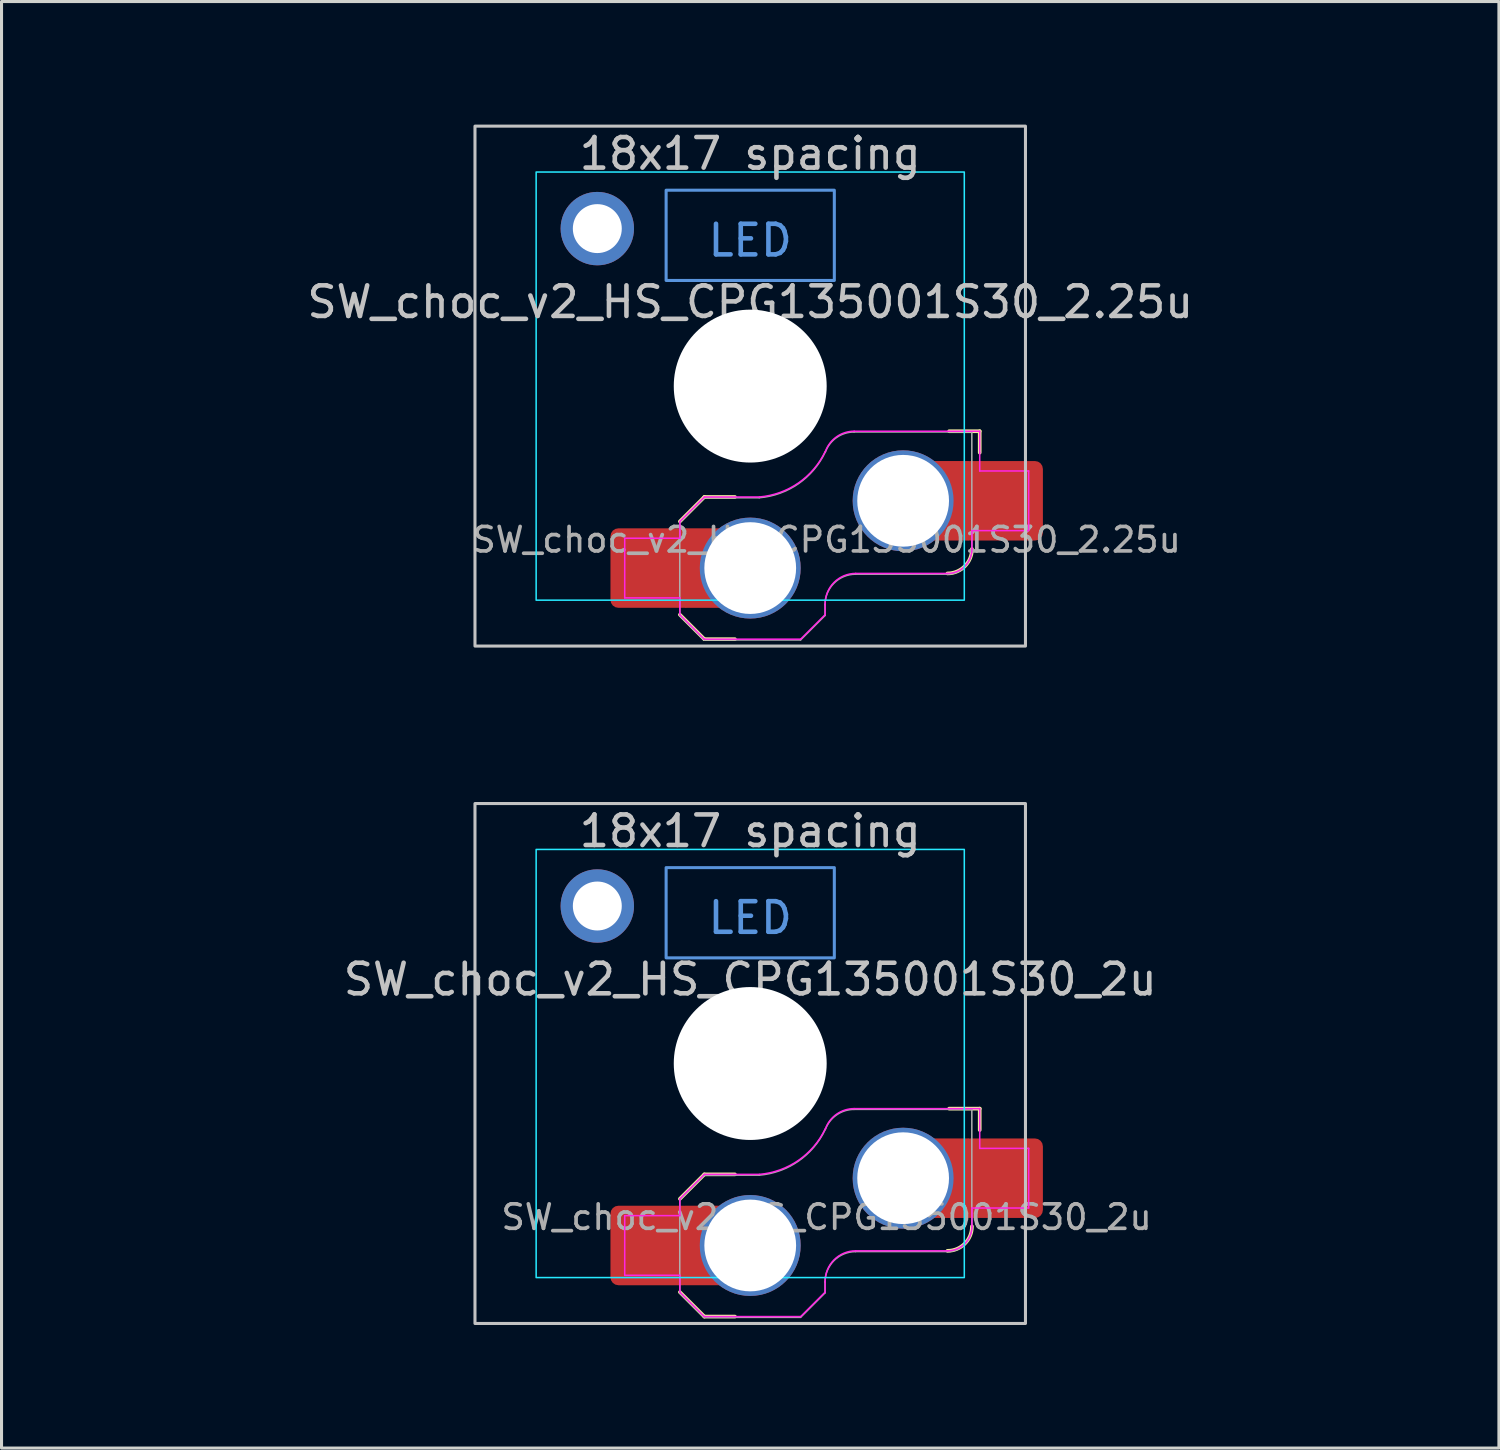
<source format=kicad_pcb>
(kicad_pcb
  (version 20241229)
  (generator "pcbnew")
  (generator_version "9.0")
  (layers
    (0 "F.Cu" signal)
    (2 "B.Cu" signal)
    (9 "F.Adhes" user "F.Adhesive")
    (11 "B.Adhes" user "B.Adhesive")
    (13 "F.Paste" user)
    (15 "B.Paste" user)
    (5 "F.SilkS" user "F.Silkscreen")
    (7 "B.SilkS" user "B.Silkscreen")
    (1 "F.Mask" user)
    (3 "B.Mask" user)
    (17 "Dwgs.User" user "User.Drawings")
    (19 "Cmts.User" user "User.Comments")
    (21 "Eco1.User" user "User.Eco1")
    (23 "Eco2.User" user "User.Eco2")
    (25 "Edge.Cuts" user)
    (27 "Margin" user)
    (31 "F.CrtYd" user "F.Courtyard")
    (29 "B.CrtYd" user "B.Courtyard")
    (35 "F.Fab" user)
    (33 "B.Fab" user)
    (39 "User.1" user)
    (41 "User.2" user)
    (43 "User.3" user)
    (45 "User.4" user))
  (footprint "SW_choc_v2_HS_CPG135001S30_2u"
    (layer "F.Cu")
    (at 21.481 31.725)
    (property "Reference" "SW_choc_v2_HS_CPG135001S30_2u" (at 0 -2.75 180) (layer "Dwgs.User") (effects (font (size 1 1) (thickness 0.15))))
    (attr smd)
    (fp_line (start -2.3 7.475) (end -1.5 8.275) (stroke (width 0.12) (type solid)) (layer "F.SilkS"))
    (fp_line (start -1.5 3.625) (end -2.3 4.425) (stroke (width 0.12) (type solid)) (layer "F.SilkS"))
    (fp_line (start -1.5 3.625) (end -0.5 3.625) (stroke (width 0.12) (type solid)) (layer "F.SilkS"))
    (fp_line (start -1.5 8.275) (end -0.5 8.275) (stroke (width 0.12) (type solid)) (layer "F.SilkS"))
    (fp_line (start 7.504 1.475) (end 6.504 1.475) (stroke (width 0.12) (type solid)) (layer "F.SilkS"))
    (fp_line (start 7.504 1.475) (end 7.504 2.175) (stroke (width 0.12) (type solid)) (layer "F.SilkS"))
    (fp_arc (start 7.25 5.325) (mid 7.015685 5.890685) (end 6.45 6.125) (stroke (width 0.12) (type solid)) (layer "F.SilkS"))
    (fp_rect (start -9 -8.5) (end 9 8.5) (stroke (width 0.1) (type default)) (fill no) (layer "Dwgs.User"))
    (fp_rect (start -2.75 -6.405) (end 2.75 -3.455) (stroke (width 0.1) (type default)) (fill no) (layer "Cmts.User"))
    (fp_rect (start -21.431 -9.525) (end 21.431 9.525) (stroke (width 0.1) (type default)) (fill no) (layer "Eco1.User"))
    (fp_line (start -6.95 6.45) (end -6.95 -6.45) (stroke (width 0.05) (type solid)) (layer "Eco2.User"))
    (fp_line (start -6.45 -6.95) (end 6.45 -6.95) (stroke (width 0.05) (type solid)) (layer "Eco2.User"))
    (fp_line (start 6.45 6.95) (end -6.45 6.95) (stroke (width 0.05) (type solid)) (layer "Eco2.User"))
    (fp_line (start 6.95 -6.45) (end 6.95 6.45) (stroke (width 0.05) (type solid)) (layer "Eco2.User"))
    (fp_arc (start -6.95 -6.45) (mid -6.803553 -6.803553) (end -6.45 -6.95) (stroke (width 0.05) (type solid)) (layer "Eco2.User"))
    (fp_arc (start -6.45 6.95) (mid -6.803553 6.803553) (end -6.95 6.45) (stroke (width 0.05) (type solid)) (layer "Eco2.User"))
    (fp_arc (start 6.45 -6.95) (mid 6.803553 -6.803553) (end 6.95 -6.45) (stroke (width 0.05) (type solid)) (layer "Eco2.User"))
    (fp_arc (start 6.95 6.45) (mid 6.803553 6.803553) (end 6.45 6.95) (stroke (width 0.05) (type solid)) (layer "Eco2.User"))
    (fp_arc (start 6.95 6.45) (mid 6.803553 6.803553) (end 6.45 6.95) (stroke (width 0.05) (type solid)) (layer "Eco2.User"))
    (fp_rect (start -7 -7) (end 7 7) (stroke (width 0.05) (type default)) (fill no) (layer "B.CrtYd"))
    (fp_line (start -4.104 4.975) (end -4.104 6.925) (stroke (width 0.05) (type solid)) (layer "F.CrtYd"))
    (fp_line (start -4.104 4.975) (end -2.3 4.975) (stroke (width 0.05) (type solid)) (layer "F.CrtYd"))
    (fp_line (start -4.104 6.925) (end -2.3 6.925) (stroke (width 0.05) (type solid)) (layer "F.CrtYd"))
    (fp_line (start -2.3 4.975) (end -2.3 4.425) (stroke (width 0.05) (type solid)) (layer "F.CrtYd"))
    (fp_line (start -2.3 7.475) (end -2.3 6.925) (stroke (width 0.05) (type solid)) (layer "F.CrtYd"))
    (fp_line (start -2.3 7.475) (end -1.5 8.275) (stroke (width 0.05) (type solid)) (layer "F.CrtYd"))
    (fp_line (start -1.5 3.625) (end -2.3 4.425) (stroke (width 0.05) (type solid)) (layer "F.CrtYd"))
    (fp_line (start -1.5 3.625) (end 0.3 3.625) (stroke (width 0.05) (type solid)) (layer "F.CrtYd"))
    (fp_line (start -1.5 8.275) (end 1.65 8.275) (stroke (width 0.05) (type solid)) (layer "F.CrtYd"))
    (fp_line (start 2.45 7.475) (end 1.65 8.275) (stroke (width 0.05) (type solid)) (layer "F.CrtYd"))
    (fp_line (start 2.45 7.475) (end 2.45 7.125) (stroke (width 0.05) (type solid)) (layer "F.CrtYd"))
    (fp_line (start 3.45 6.125) (end 6.45 6.125) (stroke (width 0.05) (type solid)) (layer "F.CrtYd"))
    (fp_line (start 7.25 4.725) (end 9.104 4.725) (stroke (width 0.05) (type solid)) (layer "F.CrtYd"))
    (fp_line (start 7.25 5.325) (end 7.25 4.725) (stroke (width 0.05) (type solid)) (layer "F.CrtYd"))
    (fp_line (start 7.504 1.475) (end 3.4 1.475) (stroke (width 0.05) (type solid)) (layer "F.CrtYd"))
    (fp_line (start 7.504 1.475) (end 7.504 2.175) (stroke (width 0.05) (type solid)) (layer "F.CrtYd"))
    (fp_line (start 7.504 2.175) (end 7.504 2.775) (stroke (width 0.05) (type solid)) (layer "F.CrtYd"))
    (fp_line (start 9.104 2.775) (end 7.504 2.775) (stroke (width 0.05) (type solid)) (layer "F.CrtYd"))
    (fp_line (start 9.104 4.725) (end 9.104 2.775) (stroke (width 0.05) (type solid)) (layer "F.CrtYd"))
    (fp_arc (start 2.45 7.125) (mid 2.742893 6.417893) (end 3.45 6.125) (stroke (width 0.05) (type solid)) (layer "F.CrtYd"))
    (fp_arc (start 2.455444 2.13293) (mid 1.577272 3.167235) (end 0.299999 3.624999) (stroke (width 0.05) (type solid)) (layer "F.CrtYd"))
    (fp_arc (start 2.460307 2.13298) (mid 2.826423 1.655848) (end 3.4 1.475) (stroke (width 0.05) (type solid)) (layer "F.CrtYd"))
    (fp_arc (start 7.25 5.325) (mid 7.015685 5.890685) (end 6.45 6.125) (stroke (width 0.05) (type solid)) (layer "F.CrtYd"))
    (fp_line (start -2.304 7.5) (end -2.304 4.45) (stroke (width 0.05) (type solid)) (layer "F.Fab"))
    (fp_line (start -2.304 7.5) (end -1.504 8.3) (stroke (width 0.05) (type solid)) (layer "F.Fab"))
    (fp_line (start -1.504 3.65) (end -2.304 4.45) (stroke (width 0.05) (type solid)) (layer "F.Fab"))
    (fp_line (start -1.504 3.65) (end 0.296 3.65) (stroke (width 0.05) (type solid)) (layer "F.Fab"))
    (fp_line (start -1.504 8.3) (end 1.646 8.3) (stroke (width 0.05) (type solid)) (layer "F.Fab"))
    (fp_line (start 2.446 7.5) (end 1.646 8.3) (stroke (width 0.05) (type solid)) (layer "F.Fab"))
    (fp_line (start 2.446 7.5) (end 2.446 7.15) (stroke (width 0.05) (type solid)) (layer "F.Fab"))
    (fp_line (start 3.446 6.15) (end 6.446 6.15) (stroke (width 0.05) (type solid)) (layer "F.Fab"))
    (fp_line (start 7.246 1.5) (end 3.396 1.5) (stroke (width 0.05) (type solid)) (layer "F.Fab"))
    (fp_line (start 7.246 5.35) (end 7.246 1.5) (stroke (width 0.05) (type solid)) (layer "F.Fab"))
    (fp_arc (start 2.446 7.15) (mid 2.738893 6.442893) (end 3.446 6.15) (stroke (width 0.05) (type solid)) (layer "F.Fab"))
    (fp_arc (start 2.451444 2.15793) (mid 1.573272 3.192235) (end 0.295999 3.649999) (stroke (width 0.05) (type solid)) (layer "F.Fab"))
    (fp_arc (start 2.456307 2.15798) (mid 2.822423 1.680848) (end 3.396 1.5) (stroke (width 0.05) (type solid)) (layer "F.Fab"))
    (fp_arc (start 7.246 5.35) (mid 7.011685 5.915685) (end 6.446 6.15) (stroke (width 0.05) (type solid)) (layer "F.Fab"))
    (fp_text user "18x17 spacing" (at 0 -7.6 180) (layer "Dwgs.User") (effects (font (size 1 1) (thickness 0.15))))
    (fp_text user "LED" (at 0 -4.763 0) (unlocked yes) (layer "Cmts.User") (effects (font (size 1 1) (thickness 0.15))))
    (fp_text user "19.05 spacing" (at 0 -8.7 180) (layer "Eco1.User") (effects (font (size 1 1) (thickness 0.15))))
    (fp_text user "${REFERENCE}" (at 2.496 5.025 0) (layer "F.Fab") (effects (font (size 0.8 0.8) (thickness 0.12))))
    (pad "" np_thru_hole circle (at 0 0 180) (size 5 5) (drill 5) (layers "*.Cu" "*.Mask"))
    (pad "1" thru_hole circle (at 5 3.75) (size 3.3 3.3) (drill 3) (layers "*.Cu" "F.Mask"))
    (pad "1" smd rect (at 6.55 3.75) (size 1.2 2.6) (layers "F.Cu"))
    (pad "1" smd roundrect (at 8.245 3.75) (size 2.65 2.6) (layers "F.Cu" "F.Mask" "F.Paste") (roundrect_rratio 0.1))
    (pad "2" smd roundrect (at -3.245 5.95) (size 2.65 2.6) (layers "F.Cu" "F.Mask" "F.Paste") (roundrect_rratio 0.1))
    (pad "2" smd rect (at -1.55 5.95 180) (size 1.2 2.6) (layers "F.Cu"))
    (pad "2" thru_hole circle (at 0 5.95) (size 3.3 3.3) (drill 3) (layers "*.Cu" "F.Mask"))
    (pad "MP" thru_hole circle (at -5 -5.15 180) (size 2.4 2.4) (drill 1.6) (layers "*.Cu" "F.Mask")))
  (footprint "SW_choc_v2_HS_CPG135001S30_2.25u"
    (layer "F.Cu")
    (at 21.481 9.575)
    (property "Reference" "SW_choc_v2_HS_CPG135001S30_2.25u" (at 0 -2.75 180) (layer "Dwgs.User") (effects (font (size 1 1) (thickness 0.15))))
    (attr smd)
    (fp_line (start -2.3 7.475) (end -1.5 8.275) (stroke (width 0.12) (type solid)) (layer "F.SilkS"))
    (fp_line (start -1.5 3.625) (end -2.3 4.425) (stroke (width 0.12) (type solid)) (layer "F.SilkS"))
    (fp_line (start -1.5 3.625) (end -0.5 3.625) (stroke (width 0.12) (type solid)) (layer "F.SilkS"))
    (fp_line (start -1.5 8.275) (end -0.5 8.275) (stroke (width 0.12) (type solid)) (layer "F.SilkS"))
    (fp_line (start 7.504 1.475) (end 6.504 1.475) (stroke (width 0.12) (type solid)) (layer "F.SilkS"))
    (fp_line (start 7.504 1.475) (end 7.504 2.175) (stroke (width 0.12) (type solid)) (layer "F.SilkS"))
    (fp_arc (start 7.25 5.325) (mid 7.015685 5.890685) (end 6.45 6.125) (stroke (width 0.12) (type solid)) (layer "F.SilkS"))
    (fp_rect (start -9 -8.5) (end 9 8.5) (stroke (width 0.1) (type default)) (fill no) (layer "Dwgs.User"))
    (fp_rect (start -2.75 -6.405) (end 2.75 -3.455) (stroke (width 0.1) (type default)) (fill no) (layer "Cmts.User"))
    (fp_rect (start -21.431 -9.525) (end 21.431 9.525) (stroke (width 0.1) (type default)) (fill no) (layer "Eco1.User"))
    (fp_line (start -6.95 6.45) (end -6.95 -6.45) (stroke (width 0.05) (type solid)) (layer "Eco2.User"))
    (fp_line (start -6.45 -6.95) (end 6.45 -6.95) (stroke (width 0.05) (type solid)) (layer "Eco2.User"))
    (fp_line (start 6.45 6.95) (end -6.45 6.95) (stroke (width 0.05) (type solid)) (layer "Eco2.User"))
    (fp_line (start 6.95 -6.45) (end 6.95 6.45) (stroke (width 0.05) (type solid)) (layer "Eco2.User"))
    (fp_arc (start -6.95 -6.45) (mid -6.803553 -6.803553) (end -6.45 -6.95) (stroke (width 0.05) (type solid)) (layer "Eco2.User"))
    (fp_arc (start -6.45 6.95) (mid -6.803553 6.803553) (end -6.95 6.45) (stroke (width 0.05) (type solid)) (layer "Eco2.User"))
    (fp_arc (start 6.45 -6.95) (mid 6.803553 -6.803553) (end 6.95 -6.45) (stroke (width 0.05) (type solid)) (layer "Eco2.User"))
    (fp_arc (start 6.95 6.45) (mid 6.803553 6.803553) (end 6.45 6.95) (stroke (width 0.05) (type solid)) (layer "Eco2.User"))
    (fp_arc (start 6.95 6.45) (mid 6.803553 6.803553) (end 6.45 6.95) (stroke (width 0.05) (type solid)) (layer "Eco2.User"))
    (fp_rect (start -7 -7) (end 7 7) (stroke (width 0.05) (type default)) (fill no) (layer "B.CrtYd"))
    (fp_line (start -4.104 4.975) (end -4.104 6.925) (stroke (width 0.05) (type solid)) (layer "F.CrtYd"))
    (fp_line (start -4.104 4.975) (end -2.3 4.975) (stroke (width 0.05) (type solid)) (layer "F.CrtYd"))
    (fp_line (start -4.104 6.925) (end -2.3 6.925) (stroke (width 0.05) (type solid)) (layer "F.CrtYd"))
    (fp_line (start -2.3 4.975) (end -2.3 4.425) (stroke (width 0.05) (type solid)) (layer "F.CrtYd"))
    (fp_line (start -2.3 7.475) (end -2.3 6.925) (stroke (width 0.05) (type solid)) (layer "F.CrtYd"))
    (fp_line (start -2.3 7.475) (end -1.5 8.275) (stroke (width 0.05) (type solid)) (layer "F.CrtYd"))
    (fp_line (start -1.5 3.625) (end -2.3 4.425) (stroke (width 0.05) (type solid)) (layer "F.CrtYd"))
    (fp_line (start -1.5 3.625) (end 0.3 3.625) (stroke (width 0.05) (type solid)) (layer "F.CrtYd"))
    (fp_line (start -1.5 8.275) (end 1.65 8.275) (stroke (width 0.05) (type solid)) (layer "F.CrtYd"))
    (fp_line (start 2.45 7.475) (end 1.65 8.275) (stroke (width 0.05) (type solid)) (layer "F.CrtYd"))
    (fp_line (start 2.45 7.475) (end 2.45 7.125) (stroke (width 0.05) (type solid)) (layer "F.CrtYd"))
    (fp_line (start 3.45 6.125) (end 6.45 6.125) (stroke (width 0.05) (type solid)) (layer "F.CrtYd"))
    (fp_line (start 7.25 4.725) (end 9.104 4.725) (stroke (width 0.05) (type solid)) (layer "F.CrtYd"))
    (fp_line (start 7.25 5.325) (end 7.25 4.725) (stroke (width 0.05) (type solid)) (layer "F.CrtYd"))
    (fp_line (start 7.504 1.475) (end 3.4 1.475) (stroke (width 0.05) (type solid)) (layer "F.CrtYd"))
    (fp_line (start 7.504 1.475) (end 7.504 2.175) (stroke (width 0.05) (type solid)) (layer "F.CrtYd"))
    (fp_line (start 7.504 2.175) (end 7.504 2.775) (stroke (width 0.05) (type solid)) (layer "F.CrtYd"))
    (fp_line (start 9.104 2.775) (end 7.504 2.775) (stroke (width 0.05) (type solid)) (layer "F.CrtYd"))
    (fp_line (start 9.104 4.725) (end 9.104 2.775) (stroke (width 0.05) (type solid)) (layer "F.CrtYd"))
    (fp_arc (start 2.45 7.125) (mid 2.742893 6.417893) (end 3.45 6.125) (stroke (width 0.05) (type solid)) (layer "F.CrtYd"))
    (fp_arc (start 2.455444 2.13293) (mid 1.577272 3.167235) (end 0.299999 3.624999) (stroke (width 0.05) (type solid)) (layer "F.CrtYd"))
    (fp_arc (start 2.460307 2.13298) (mid 2.826423 1.655848) (end 3.4 1.475) (stroke (width 0.05) (type solid)) (layer "F.CrtYd"))
    (fp_arc (start 7.25 5.325) (mid 7.015685 5.890685) (end 6.45 6.125) (stroke (width 0.05) (type solid)) (layer "F.CrtYd"))
    (fp_line (start -2.304 7.5) (end -2.304 4.45) (stroke (width 0.05) (type solid)) (layer "F.Fab"))
    (fp_line (start -2.304 7.5) (end -1.504 8.3) (stroke (width 0.05) (type solid)) (layer "F.Fab"))
    (fp_line (start -1.504 3.65) (end -2.304 4.45) (stroke (width 0.05) (type solid)) (layer "F.Fab"))
    (fp_line (start -1.504 3.65) (end 0.296 3.65) (stroke (width 0.05) (type solid)) (layer "F.Fab"))
    (fp_line (start -1.504 8.3) (end 1.646 8.3) (stroke (width 0.05) (type solid)) (layer "F.Fab"))
    (fp_line (start 2.446 7.5) (end 1.646 8.3) (stroke (width 0.05) (type solid)) (layer "F.Fab"))
    (fp_line (start 2.446 7.5) (end 2.446 7.15) (stroke (width 0.05) (type solid)) (layer "F.Fab"))
    (fp_line (start 3.446 6.15) (end 6.446 6.15) (stroke (width 0.05) (type solid)) (layer "F.Fab"))
    (fp_line (start 7.246 1.5) (end 3.396 1.5) (stroke (width 0.05) (type solid)) (layer "F.Fab"))
    (fp_line (start 7.246 5.35) (end 7.246 1.5) (stroke (width 0.05) (type solid)) (layer "F.Fab"))
    (fp_arc (start 2.446 7.15) (mid 2.738893 6.442893) (end 3.446 6.15) (stroke (width 0.05) (type solid)) (layer "F.Fab"))
    (fp_arc (start 2.451444 2.15793) (mid 1.573272 3.192235) (end 0.295999 3.649999) (stroke (width 0.05) (type solid)) (layer "F.Fab"))
    (fp_arc (start 2.456307 2.15798) (mid 2.822423 1.680848) (end 3.396 1.5) (stroke (width 0.05) (type solid)) (layer "F.Fab"))
    (fp_arc (start 7.246 5.35) (mid 7.011685 5.915685) (end 6.446 6.15) (stroke (width 0.05) (type solid)) (layer "F.Fab"))
    (fp_text user "18x17 spacing" (at 0 -7.6 180) (layer "Dwgs.User") (effects (font (size 1 1) (thickness 0.15))))
    (fp_text user "LED" (at 0 -4.763 0) (unlocked yes) (layer "Cmts.User") (effects (font (size 1 1) (thickness 0.15))))
    (fp_text user "19.05 spacing" (at 0 -8.7 180) (layer "Eco1.User") (effects (font (size 1 1) (thickness 0.15))))
    (fp_text user "${REFERENCE}" (at 2.496 5.025 0) (layer "F.Fab") (effects (font (size 0.8 0.8) (thickness 0.12))))
    (pad "" np_thru_hole circle (at 0 0 180) (size 5 5) (drill 5) (layers "*.Cu" "*.Mask"))
    (pad "1" thru_hole circle (at 5 3.75) (size 3.3 3.3) (drill 3) (layers "*.Cu" "F.Mask"))
    (pad "1" smd rect (at 6.55 3.75) (size 1.2 2.6) (layers "F.Cu"))
    (pad "1" smd roundrect (at 8.245 3.75) (size 2.65 2.6) (layers "F.Cu" "F.Mask" "F.Paste") (roundrect_rratio 0.1))
    (pad "2" smd roundrect (at -3.245 5.95) (size 2.65 2.6) (layers "F.Cu" "F.Mask" "F.Paste") (roundrect_rratio 0.1))
    (pad "2" smd rect (at -1.55 5.95 180) (size 1.2 2.6) (layers "F.Cu"))
    (pad "2" thru_hole circle (at 0 5.95) (size 3.3 3.3) (drill 3) (layers "*.Cu" "F.Mask"))
    (pad "MP" thru_hole circle (at -5 -5.15 180) (size 2.4 2.4) (drill 1.6) (layers "*.Cu" "F.Mask")))
  (gr_rect
    (start -3 -3)
    (end 45.962 44.3)
    (stroke (width 0.1) (type default))
    (fill no)
    (layer "Edge.Cuts")))
</source>
